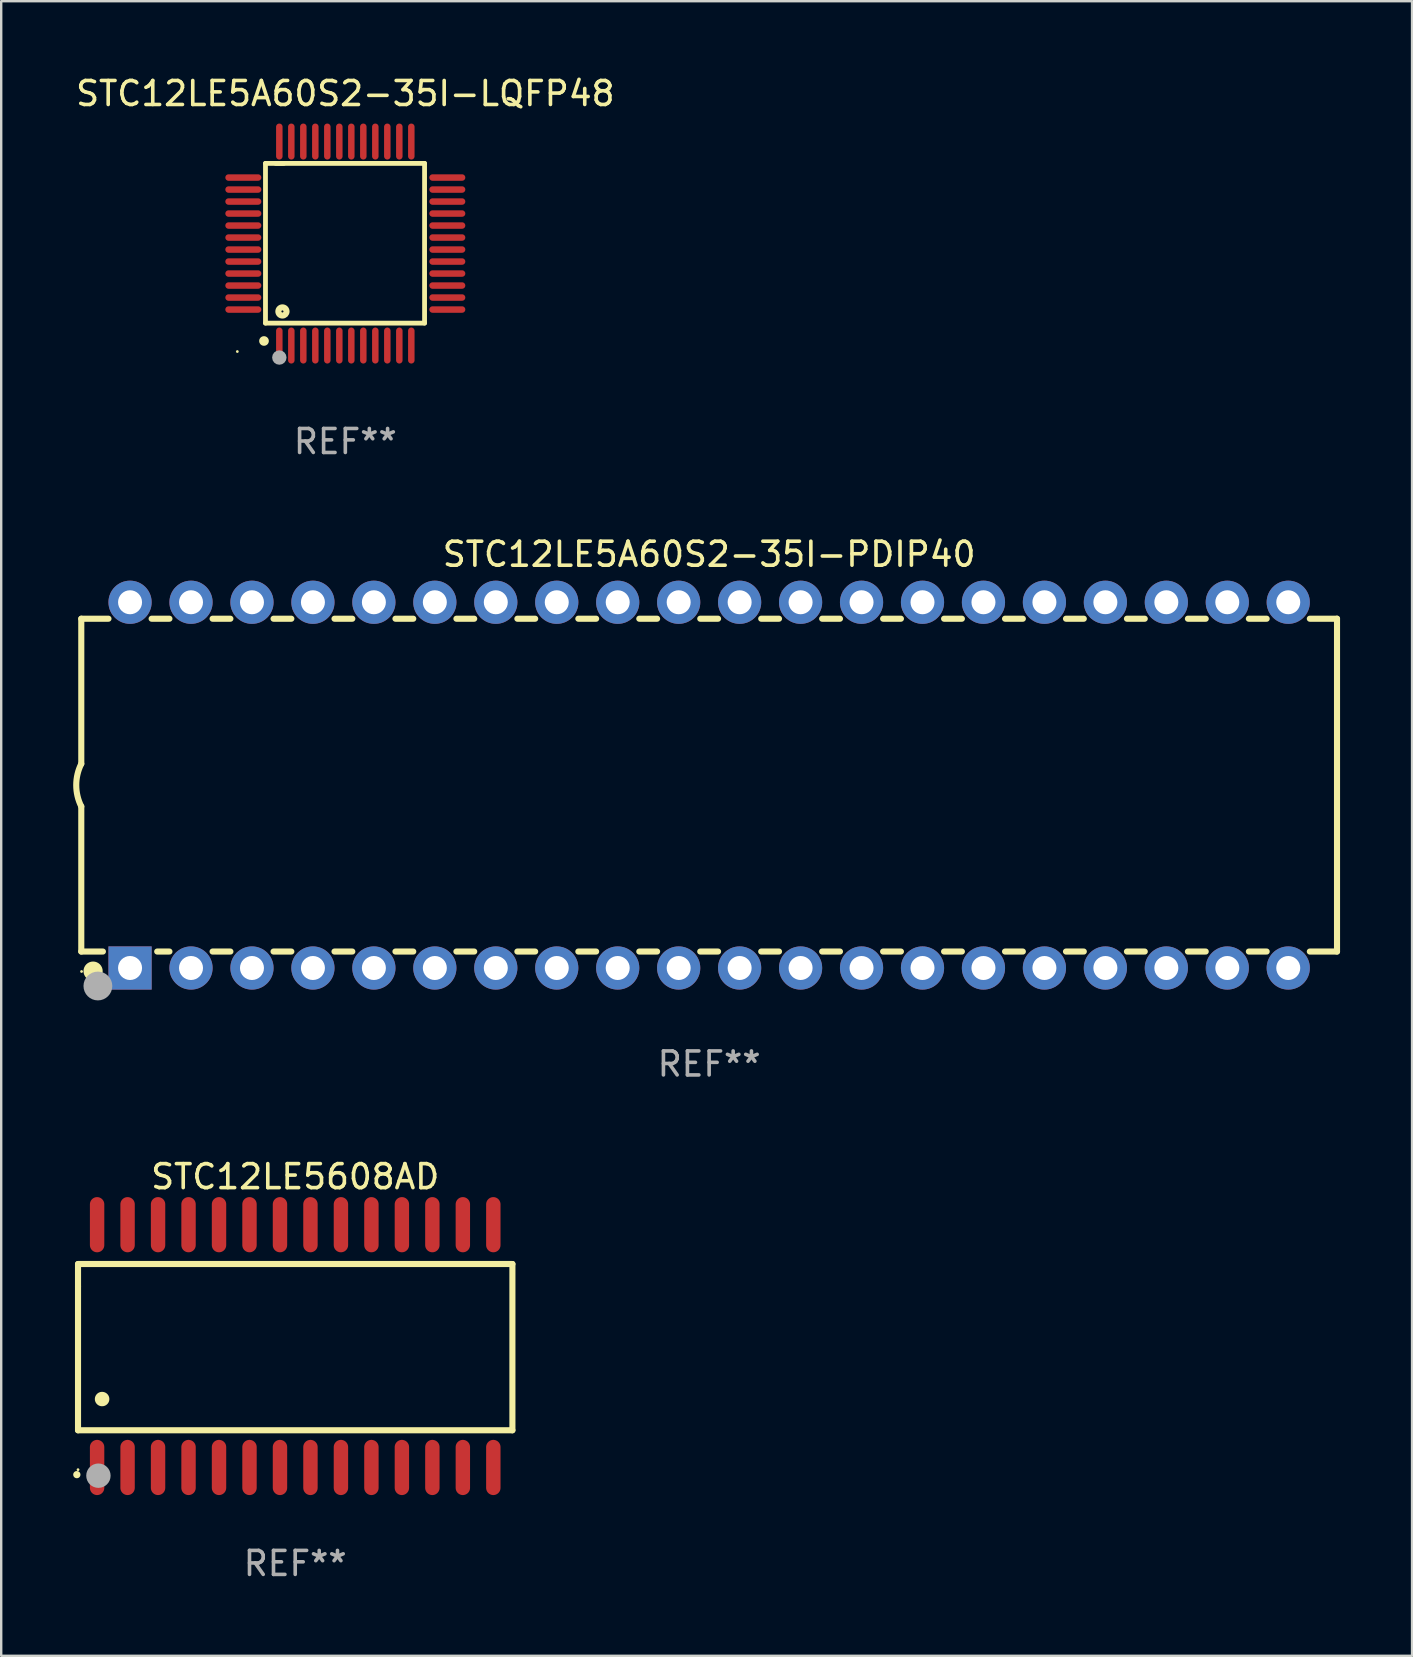
<source format=kicad_pcb>
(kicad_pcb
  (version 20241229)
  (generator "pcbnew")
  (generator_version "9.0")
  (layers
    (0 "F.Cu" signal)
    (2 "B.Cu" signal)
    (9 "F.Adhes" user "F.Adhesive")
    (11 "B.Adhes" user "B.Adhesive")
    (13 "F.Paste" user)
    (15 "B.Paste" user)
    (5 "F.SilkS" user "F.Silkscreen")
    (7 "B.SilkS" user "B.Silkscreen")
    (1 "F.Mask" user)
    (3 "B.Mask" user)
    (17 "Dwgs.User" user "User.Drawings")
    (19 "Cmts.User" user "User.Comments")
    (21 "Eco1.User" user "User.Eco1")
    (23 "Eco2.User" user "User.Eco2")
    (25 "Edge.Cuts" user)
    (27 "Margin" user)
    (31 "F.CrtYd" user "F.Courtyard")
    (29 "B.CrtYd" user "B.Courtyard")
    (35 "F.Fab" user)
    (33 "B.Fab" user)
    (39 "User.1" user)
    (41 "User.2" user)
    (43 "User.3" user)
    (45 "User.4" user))
  (footprint "STC12LE5A60S2-35I-PDIP40"
    (layer "F.Cu")
    (at 26.499 29.665)
    (property "Reference" "STC12LE5A60S2-35I-PDIP40" (at 0 -9.62 0) (layer "F.SilkS") (effects (font (size 1 1) (thickness 0.15))))
    (attr through_hole)
    (fp_line (start -26.162 -6.934) (end -26.162 -0.889) (stroke (width 0.254) (type solid)) (layer "F.SilkS"))
    (fp_line (start -26.162 -6.934) (end -25.029 -6.934) (stroke (width 0.254) (type solid)) (layer "F.SilkS"))
    (fp_line (start -26.162 6.934) (end -26.162 0.889) (stroke (width 0.254) (type solid)) (layer "F.SilkS"))
    (fp_line (start -26.162 6.934) (end -25.261 6.934) (stroke (width 0.254) (type solid)) (layer "F.SilkS"))
    (fp_line (start -23.231 -6.934) (end -22.489 -6.934) (stroke (width 0.254) (type solid)) (layer "F.SilkS"))
    (fp_line (start -22.999 6.934) (end -22.489 6.934) (stroke (width 0.254) (type solid)) (layer "F.SilkS"))
    (fp_line (start -20.691 -6.934) (end -19.949 -6.934) (stroke (width 0.254) (type solid)) (layer "F.SilkS"))
    (fp_line (start -20.691 6.934) (end -19.949 6.934) (stroke (width 0.254) (type solid)) (layer "F.SilkS"))
    (fp_line (start -18.151 -6.934) (end -17.409 -6.934) (stroke (width 0.254) (type solid)) (layer "F.SilkS"))
    (fp_line (start -18.151 6.934) (end -17.409 6.934) (stroke (width 0.254) (type solid)) (layer "F.SilkS"))
    (fp_line (start -15.611 -6.934) (end -14.869 -6.934) (stroke (width 0.254) (type solid)) (layer "F.SilkS"))
    (fp_line (start -15.611 6.934) (end -14.869 6.934) (stroke (width 0.254) (type solid)) (layer "F.SilkS"))
    (fp_line (start -13.071 -6.934) (end -12.329 -6.934) (stroke (width 0.254) (type solid)) (layer "F.SilkS"))
    (fp_line (start -13.071 6.934) (end -12.329 6.934) (stroke (width 0.254) (type solid)) (layer "F.SilkS"))
    (fp_line (start -10.531 -6.934) (end -9.789 -6.934) (stroke (width 0.254) (type solid)) (layer "F.SilkS"))
    (fp_line (start -10.531 6.934) (end -9.789 6.934) (stroke (width 0.254) (type solid)) (layer "F.SilkS"))
    (fp_line (start -7.991 -6.934) (end -7.249 -6.934) (stroke (width 0.254) (type solid)) (layer "F.SilkS"))
    (fp_line (start -7.991 6.934) (end -7.249 6.934) (stroke (width 0.254) (type solid)) (layer "F.SilkS"))
    (fp_line (start -5.451 -6.934) (end -4.709 -6.934) (stroke (width 0.254) (type solid)) (layer "F.SilkS"))
    (fp_line (start -5.451 6.934) (end -4.709 6.934) (stroke (width 0.254) (type solid)) (layer "F.SilkS"))
    (fp_line (start -2.911 -6.934) (end -2.169 -6.934) (stroke (width 0.254) (type solid)) (layer "F.SilkS"))
    (fp_line (start -2.911 6.934) (end -2.169 6.934) (stroke (width 0.254) (type solid)) (layer "F.SilkS"))
    (fp_line (start -0.371 -6.934) (end 0.371 -6.934) (stroke (width 0.254) (type solid)) (layer "F.SilkS"))
    (fp_line (start -0.371 6.934) (end 0.371 6.934) (stroke (width 0.254) (type solid)) (layer "F.SilkS"))
    (fp_line (start 2.169 -6.934) (end 2.911 -6.934) (stroke (width 0.254) (type solid)) (layer "F.SilkS"))
    (fp_line (start 2.169 6.934) (end 2.911 6.934) (stroke (width 0.254) (type solid)) (layer "F.SilkS"))
    (fp_line (start 4.709 -6.934) (end 5.451 -6.934) (stroke (width 0.254) (type solid)) (layer "F.SilkS"))
    (fp_line (start 4.709 6.934) (end 5.451 6.934) (stroke (width 0.254) (type solid)) (layer "F.SilkS"))
    (fp_line (start 7.249 -6.934) (end 7.991 -6.934) (stroke (width 0.254) (type solid)) (layer "F.SilkS"))
    (fp_line (start 7.249 6.934) (end 7.991 6.934) (stroke (width 0.254) (type solid)) (layer "F.SilkS"))
    (fp_line (start 9.789 -6.934) (end 10.531 -6.934) (stroke (width 0.254) (type solid)) (layer "F.SilkS"))
    (fp_line (start 9.789 6.934) (end 10.531 6.934) (stroke (width 0.254) (type solid)) (layer "F.SilkS"))
    (fp_line (start 12.329 -6.934) (end 13.071 -6.934) (stroke (width 0.254) (type solid)) (layer "F.SilkS"))
    (fp_line (start 12.329 6.934) (end 13.071 6.934) (stroke (width 0.254) (type solid)) (layer "F.SilkS"))
    (fp_line (start 14.869 -6.934) (end 15.611 -6.934) (stroke (width 0.254) (type solid)) (layer "F.SilkS"))
    (fp_line (start 14.869 6.934) (end 15.611 6.934) (stroke (width 0.254) (type solid)) (layer "F.SilkS"))
    (fp_line (start 17.409 -6.934) (end 18.151 -6.934) (stroke (width 0.254) (type solid)) (layer "F.SilkS"))
    (fp_line (start 17.409 6.934) (end 18.151 6.934) (stroke (width 0.254) (type solid)) (layer "F.SilkS"))
    (fp_line (start 19.949 -6.934) (end 20.691 -6.934) (stroke (width 0.254) (type solid)) (layer "F.SilkS"))
    (fp_line (start 19.949 6.934) (end 20.691 6.934) (stroke (width 0.254) (type solid)) (layer "F.SilkS"))
    (fp_line (start 22.489 -6.934) (end 23.231 -6.934) (stroke (width 0.254) (type solid)) (layer "F.SilkS"))
    (fp_line (start 22.489 6.934) (end 23.231 6.934) (stroke (width 0.254) (type solid)) (layer "F.SilkS"))
    (fp_line (start 25.029 -6.934) (end 26.162 -6.934) (stroke (width 0.254) (type solid)) (layer "F.SilkS"))
    (fp_line (start 25.029 6.934) (end 26.162 6.934) (stroke (width 0.254) (type solid)) (layer "F.SilkS"))
    (fp_line (start 26.162 -6.934) (end 26.162 6.934) (stroke (width 0.254) (type solid)) (layer "F.SilkS"))
    (fp_arc (start -26.162052 0.889001) (mid -26.371917 0) (end -26.162052 -0.889002) (stroke (width 0.254001) (type solid)) (layer "F.SilkS"))
    (fp_circle (center -26.15 7.765) (end -26.12 7.765) (stroke (width 0.06) (type solid)) (fill no) (layer "F.SilkS"))
    (fp_circle (center -25.67 7.75) (end -25.47 7.75) (stroke (width 0.4) (type solid)) (fill no) (layer "F.SilkS"))
    (fp_circle (center -25.47 8.37) (end -25.17 8.37) (stroke (width 0.6) (type solid)) (fill no) (layer "F.Fab"))
    (fp_text user "REF**" (at 0 11.62 0) (layer "F.Fab") (effects (font (size 1 1) (thickness 0.15))))
    (pad "1" thru_hole rect (at -24.13 7.62) (size 1.8 1.8) (drill 1) (layers "*.Cu" "*.Mask"))
    (pad "2" thru_hole circle (at -21.59 7.62) (size 1.8 1.8) (drill 1) (layers "*.Cu" "*.Mask"))
    (pad "3" thru_hole circle (at -19.05 7.62) (size 1.8 1.8) (drill 1) (layers "*.Cu" "*.Mask"))
    (pad "4" thru_hole circle (at -16.51 7.62) (size 1.8 1.8) (drill 1) (layers "*.Cu" "*.Mask"))
    (pad "5" thru_hole circle (at -13.97 7.62) (size 1.8 1.8) (drill 1) (layers "*.Cu" "*.Mask"))
    (pad "6" thru_hole circle (at -11.43 7.62) (size 1.8 1.8) (drill 1) (layers "*.Cu" "*.Mask"))
    (pad "7" thru_hole circle (at -8.89 7.62) (size 1.8 1.8) (drill 1) (layers "*.Cu" "*.Mask"))
    (pad "8" thru_hole circle (at -6.35 7.62) (size 1.8 1.8) (drill 1) (layers "*.Cu" "*.Mask"))
    (pad "9" thru_hole circle (at -3.81 7.62) (size 1.8 1.8) (drill 1) (layers "*.Cu" "*.Mask"))
    (pad "10" thru_hole circle (at -1.27 7.62) (size 1.8 1.8) (drill 1) (layers "*.Cu" "*.Mask"))
    (pad "11" thru_hole circle (at 1.27 7.62) (size 1.8 1.8) (drill 1) (layers "*.Cu" "*.Mask"))
    (pad "12" thru_hole circle (at 3.81 7.62) (size 1.8 1.8) (drill 1) (layers "*.Cu" "*.Mask"))
    (pad "13" thru_hole circle (at 6.35 7.62) (size 1.8 1.8) (drill 1) (layers "*.Cu" "*.Mask"))
    (pad "14" thru_hole circle (at 8.89 7.62) (size 1.8 1.8) (drill 1) (layers "*.Cu" "*.Mask"))
    (pad "15" thru_hole circle (at 11.43 7.62) (size 1.8 1.8) (drill 1) (layers "*.Cu" "*.Mask"))
    (pad "16" thru_hole circle (at 13.97 7.62) (size 1.8 1.8) (drill 1) (layers "*.Cu" "*.Mask"))
    (pad "17" thru_hole circle (at 16.51 7.62) (size 1.8 1.8) (drill 1) (layers "*.Cu" "*.Mask"))
    (pad "18" thru_hole circle (at 19.05 7.62) (size 1.8 1.8) (drill 1) (layers "*.Cu" "*.Mask"))
    (pad "19" thru_hole circle (at 21.59 7.62) (size 1.8 1.8) (drill 1) (layers "*.Cu" "*.Mask"))
    (pad "20" thru_hole circle (at 24.13 7.62) (size 1.8 1.8) (drill 1) (layers "*.Cu" "*.Mask"))
    (pad "21" thru_hole circle (at 24.13 -7.62) (size 1.8 1.8) (drill 1) (layers "*.Cu" "*.Mask"))
    (pad "22" thru_hole circle (at 21.59 -7.62) (size 1.8 1.8) (drill 1) (layers "*.Cu" "*.Mask"))
    (pad "23" thru_hole circle (at 19.05 -7.62) (size 1.8 1.8) (drill 1) (layers "*.Cu" "*.Mask"))
    (pad "24" thru_hole circle (at 16.51 -7.62) (size 1.8 1.8) (drill 1) (layers "*.Cu" "*.Mask"))
    (pad "25" thru_hole circle (at 13.97 -7.62) (size 1.8 1.8) (drill 1) (layers "*.Cu" "*.Mask"))
    (pad "26" thru_hole circle (at 11.43 -7.62) (size 1.8 1.8) (drill 1) (layers "*.Cu" "*.Mask"))
    (pad "27" thru_hole circle (at 8.89 -7.62) (size 1.8 1.8) (drill 1) (layers "*.Cu" "*.Mask"))
    (pad "28" thru_hole circle (at 6.35 -7.62) (size 1.8 1.8) (drill 1) (layers "*.Cu" "*.Mask"))
    (pad "29" thru_hole circle (at 3.81 -7.62) (size 1.8 1.8) (drill 1) (layers "*.Cu" "*.Mask"))
    (pad "30" thru_hole circle (at 1.27 -7.62) (size 1.8 1.8) (drill 1) (layers "*.Cu" "*.Mask"))
    (pad "31" thru_hole circle (at -1.27 -7.62) (size 1.8 1.8) (drill 1) (layers "*.Cu" "*.Mask"))
    (pad "32" thru_hole circle (at -3.81 -7.62) (size 1.8 1.8) (drill 1) (layers "*.Cu" "*.Mask"))
    (pad "33" thru_hole circle (at -6.35 -7.62) (size 1.8 1.8) (drill 1) (layers "*.Cu" "*.Mask"))
    (pad "34" thru_hole circle (at -8.89 -7.62) (size 1.8 1.8) (drill 1) (layers "*.Cu" "*.Mask"))
    (pad "35" thru_hole circle (at -11.43 -7.62) (size 1.8 1.8) (drill 1) (layers "*.Cu" "*.Mask"))
    (pad "36" thru_hole circle (at -13.97 -7.62) (size 1.8 1.8) (drill 1) (layers "*.Cu" "*.Mask"))
    (pad "37" thru_hole circle (at -16.51 -7.62) (size 1.8 1.8) (drill 1) (layers "*.Cu" "*.Mask"))
    (pad "38" thru_hole circle (at -19.05 -7.62) (size 1.8 1.8) (drill 1) (layers "*.Cu" "*.Mask"))
    (pad "39" thru_hole circle (at -21.59 -7.62) (size 1.8 1.8) (drill 1) (layers "*.Cu" "*.Mask"))
    (pad "40" thru_hole circle (at -24.13 -7.62) (size 1.8 1.8) (drill 1) (layers "*.Cu" "*.Mask")))
  (footprint "STC12LE5608AD"
    (layer "F.Cu")
    (at 9.251 53.039)
    (property "Reference" "STC12LE5608AD" (at 0 -7.058 0) (layer "F.SilkS") (effects (font (size 1 1) (thickness 0.15))))
    (attr through_hole)
    (fp_line (start -9.05 -3.42) (end 9.05 -3.42) (stroke (width 0.254) (type solid)) (layer "F.SilkS"))
    (fp_line (start -9.05 -2.492) (end -9.05 -3.42) (stroke (width 0.254) (type solid)) (layer "F.SilkS"))
    (fp_line (start -9.05 3.508) (end -9.05 -2.492) (stroke (width 0.254) (type solid)) (layer "F.SilkS"))
    (fp_line (start 9.05 -3.42) (end 9.05 3.508) (stroke (width 0.254) (type solid)) (layer "F.SilkS"))
    (fp_line (start 9.05 3.508) (end -9.05 3.508) (stroke (width 0.254) (type solid)) (layer "F.SilkS"))
    (fp_arc (start -9.100838 5.35649) (mid -9.099568 5.356485) (end -9.098298 5.35649) (stroke (width 0.3) (type solid)) (layer "F.SilkS"))
    (fp_arc (start -8.049276 2.206883) (mid -8.046736 2.206872) (end -8.044196 2.206883) (stroke (width 0.6) (type solid)) (layer "F.SilkS"))
    (fp_circle (center -9.05 5.15) (end -9.02 5.15) (stroke (width 0.06) (type solid)) (fill no) (layer "F.SilkS"))
    (fp_circle (center -8.2 5.4) (end -7.946 5.4) (stroke (width 0.508) (type solid)) (fill no) (layer "F.Fab"))
    (fp_text user "REF**" (at 0 9.058 0) (layer "F.Fab") (effects (font (size 1 1) (thickness 0.15))))
    (pad "1" smd oval (at -8.255 5.058 180) (size 0.6 2.3) (layers "F.Cu" "F.Mask" "F.Paste"))
    (pad "2" smd oval (at -6.985 5.058 180) (size 0.6 2.3) (layers "F.Cu" "F.Mask" "F.Paste"))
    (pad "3" smd oval (at -5.715 5.058 180) (size 0.6 2.3) (layers "F.Cu" "F.Mask" "F.Paste"))
    (pad "4" smd oval (at -4.445 5.058 180) (size 0.6 2.3) (layers "F.Cu" "F.Mask" "F.Paste"))
    (pad "5" smd oval (at -3.175 5.058 180) (size 0.6 2.3) (layers "F.Cu" "F.Mask" "F.Paste"))
    (pad "6" smd oval (at -1.905 5.058 180) (size 0.6 2.3) (layers "F.Cu" "F.Mask" "F.Paste"))
    (pad "7" smd oval (at -0.635 5.058 180) (size 0.6 2.3) (layers "F.Cu" "F.Mask" "F.Paste"))
    (pad "8" smd oval (at 0.635 5.058 180) (size 0.6 2.3) (layers "F.Cu" "F.Mask" "F.Paste"))
    (pad "9" smd oval (at 1.905 5.058 180) (size 0.6 2.3) (layers "F.Cu" "F.Mask" "F.Paste"))
    (pad "10" smd oval (at 3.175 5.058 180) (size 0.6 2.3) (layers "F.Cu" "F.Mask" "F.Paste"))
    (pad "11" smd oval (at 4.445 5.058 180) (size 0.6 2.3) (layers "F.Cu" "F.Mask" "F.Paste"))
    (pad "12" smd oval (at 5.715 5.058 180) (size 0.6 2.3) (layers "F.Cu" "F.Mask" "F.Paste"))
    (pad "13" smd oval (at 6.985 5.058 180) (size 0.6 2.3) (layers "F.Cu" "F.Mask" "F.Paste"))
    (pad "14" smd oval (at 8.255 5.058 180) (size 0.6 2.3) (layers "F.Cu" "F.Mask" "F.Paste"))
    (pad "15" smd oval (at 8.255 -5.058 180) (size 0.6 2.3) (layers "F.Cu" "F.Mask" "F.Paste"))
    (pad "16" smd oval (at 6.985 -5.058 180) (size 0.6 2.3) (layers "F.Cu" "F.Mask" "F.Paste"))
    (pad "17" smd oval (at 5.715 -5.058 180) (size 0.6 2.3) (layers "F.Cu" "F.Mask" "F.Paste"))
    (pad "18" smd oval (at 4.445 -5.058 180) (size 0.6 2.3) (layers "F.Cu" "F.Mask" "F.Paste"))
    (pad "19" smd oval (at 3.175 -5.058 180) (size 0.6 2.3) (layers "F.Cu" "F.Mask" "F.Paste"))
    (pad "20" smd oval (at 1.905 -5.058 180) (size 0.6 2.3) (layers "F.Cu" "F.Mask" "F.Paste"))
    (pad "21" smd oval (at 0.635 -5.058 180) (size 0.6 2.3) (layers "F.Cu" "F.Mask" "F.Paste"))
    (pad "22" smd oval (at -0.635 -5.058 180) (size 0.6 2.3) (layers "F.Cu" "F.Mask" "F.Paste"))
    (pad "23" smd oval (at -1.905 -5.058 180) (size 0.6 2.3) (layers "F.Cu" "F.Mask" "F.Paste"))
    (pad "24" smd oval (at -3.175 -5.058 180) (size 0.6 2.3) (layers "F.Cu" "F.Mask" "F.Paste"))
    (pad "25" smd oval (at -4.445 -5.058 180) (size 0.6 2.3) (layers "F.Cu" "F.Mask" "F.Paste"))
    (pad "26" smd oval (at -5.715 -5.058 180) (size 0.6 2.3) (layers "F.Cu" "F.Mask" "F.Paste"))
    (pad "27" smd oval (at -6.985 -5.058 180) (size 0.6 2.3) (layers "F.Cu" "F.Mask" "F.Paste"))
    (pad "28" smd oval (at -8.255 -5.058 180) (size 0.6 2.3) (layers "F.Cu" "F.Mask" "F.Paste")))
  (footprint "STC12LE5A60S2-35I-LQFP48"
    (layer "F.Cu")
    (at 11.339 7.098)
    (property "Reference" "STC12LE5A60S2-35I-LQFP48" (at 0 -6.25 0) (layer "F.SilkS") (effects (font (size 1 1) (thickness 0.15))))
    (attr through_hole)
    (fp_line (start -3.327 -3.34) (end -2.565 -3.34) (stroke (width 0.2) (type solid)) (layer "F.SilkS"))
    (fp_line (start -3.327 3.315) (end -3.327 -3.34) (stroke (width 0.2) (type solid)) (layer "F.SilkS"))
    (fp_line (start -2.896 -3.34) (end 3.302 -3.34) (stroke (width 0.2) (type solid)) (layer "F.SilkS"))
    (fp_line (start 3.302 -3.34) (end 3.302 3.315) (stroke (width 0.2) (type solid)) (layer "F.SilkS"))
    (fp_line (start 3.302 3.315) (end -3.327 3.315) (stroke (width 0.2) (type solid)) (layer "F.SilkS"))
    (fp_arc (start -3.389992 4.059995) (mid -3.388722 4.059991) (end -3.387452 4.059995) (stroke (width 0.4) (type solid)) (layer "F.SilkS"))
    (fp_circle (center -4.5 4.5) (end -4.47 4.5) (stroke (width 0.06) (type solid)) (fill no) (layer "F.SilkS"))
    (fp_circle (center -2.62 2.83) (end -2.45 2.83) (stroke (width 0.254) (type solid)) (fill no) (layer "F.SilkS"))
    (fp_circle (center -2.75 4.75) (end -2.6 4.75) (stroke (width 0.3) (type solid)) (fill no) (layer "F.Fab"))
    (fp_text user "REF**" (at 0 8.25 0) (layer "F.Fab") (effects (font (size 1 1) (thickness 0.15))))
    (pad "1" smd oval (at -2.75 4.25) (size 0.27 1.5) (layers "F.Cu" "F.Mask" "F.Paste"))
    (pad "2" smd oval (at -2.25 4.25) (size 0.27 1.5) (layers "F.Cu" "F.Mask" "F.Paste"))
    (pad "3" smd oval (at -1.75 4.25) (size 0.27 1.5) (layers "F.Cu" "F.Mask" "F.Paste"))
    (pad "4" smd oval (at -1.25 4.25) (size 0.27 1.5) (layers "F.Cu" "F.Mask" "F.Paste"))
    (pad "5" smd oval (at -0.75 4.25) (size 0.27 1.5) (layers "F.Cu" "F.Mask" "F.Paste"))
    (pad "6" smd oval (at -0.25 4.25) (size 0.27 1.5) (layers "F.Cu" "F.Mask" "F.Paste"))
    (pad "7" smd oval (at 0.25 4.25) (size 0.27 1.5) (layers "F.Cu" "F.Mask" "F.Paste"))
    (pad "8" smd oval (at 0.75 4.25) (size 0.27 1.5) (layers "F.Cu" "F.Mask" "F.Paste"))
    (pad "9" smd oval (at 1.25 4.25) (size 0.27 1.5) (layers "F.Cu" "F.Mask" "F.Paste"))
    (pad "10" smd oval (at 1.75 4.25) (size 0.27 1.5) (layers "F.Cu" "F.Mask" "F.Paste"))
    (pad "11" smd oval (at 2.25 4.25) (size 0.27 1.5) (layers "F.Cu" "F.Mask" "F.Paste"))
    (pad "12" smd oval (at 2.75 4.25) (size 0.27 1.5) (layers "F.Cu" "F.Mask" "F.Paste"))
    (pad "13" smd oval (at 4.25 2.75) (size 1.5 0.27) (layers "F.Cu" "F.Mask" "F.Paste"))
    (pad "14" smd oval (at 4.25 2.25) (size 1.5 0.27) (layers "F.Cu" "F.Mask" "F.Paste"))
    (pad "15" smd oval (at 4.25 1.75) (size 1.5 0.27) (layers "F.Cu" "F.Mask" "F.Paste"))
    (pad "16" smd oval (at 4.25 1.25) (size 1.5 0.27) (layers "F.Cu" "F.Mask" "F.Paste"))
    (pad "17" smd oval (at 4.25 0.75) (size 1.5 0.27) (layers "F.Cu" "F.Mask" "F.Paste"))
    (pad "18" smd oval (at 4.25 0.25) (size 1.5 0.27) (layers "F.Cu" "F.Mask" "F.Paste"))
    (pad "19" smd oval (at 4.25 -0.25) (size 1.5 0.27) (layers "F.Cu" "F.Mask" "F.Paste"))
    (pad "20" smd oval (at 4.25 -0.75) (size 1.5 0.27) (layers "F.Cu" "F.Mask" "F.Paste"))
    (pad "21" smd oval (at 4.25 -1.25) (size 1.5 0.27) (layers "F.Cu" "F.Mask" "F.Paste"))
    (pad "22" smd oval (at 4.25 -1.75) (size 1.5 0.27) (layers "F.Cu" "F.Mask" "F.Paste"))
    (pad "23" smd oval (at 4.25 -2.25) (size 1.5 0.27) (layers "F.Cu" "F.Mask" "F.Paste"))
    (pad "24" smd oval (at 4.25 -2.75) (size 1.5 0.27) (layers "F.Cu" "F.Mask" "F.Paste"))
    (pad "25" smd oval (at 2.75 -4.25) (size 0.27 1.5) (layers "F.Cu" "F.Mask" "F.Paste"))
    (pad "26" smd oval (at 2.25 -4.25) (size 0.27 1.5) (layers "F.Cu" "F.Mask" "F.Paste"))
    (pad "27" smd oval (at 1.75 -4.25) (size 0.27 1.5) (layers "F.Cu" "F.Mask" "F.Paste"))
    (pad "28" smd oval (at 1.25 -4.25) (size 0.27 1.5) (layers "F.Cu" "F.Mask" "F.Paste"))
    (pad "29" smd oval (at 0.75 -4.25) (size 0.27 1.5) (layers "F.Cu" "F.Mask" "F.Paste"))
    (pad "30" smd oval (at 0.25 -4.25) (size 0.27 1.5) (layers "F.Cu" "F.Mask" "F.Paste"))
    (pad "31" smd oval (at -0.25 -4.25) (size 0.27 1.5) (layers "F.Cu" "F.Mask" "F.Paste"))
    (pad "32" smd oval (at -0.75 -4.25) (size 0.27 1.5) (layers "F.Cu" "F.Mask" "F.Paste"))
    (pad "33" smd oval (at -1.25 -4.25) (size 0.27 1.5) (layers "F.Cu" "F.Mask" "F.Paste"))
    (pad "34" smd oval (at -1.75 -4.25) (size 0.27 1.5) (layers "F.Cu" "F.Mask" "F.Paste"))
    (pad "35" smd oval (at -2.25 -4.25) (size 0.27 1.5) (layers "F.Cu" "F.Mask" "F.Paste"))
    (pad "36" smd oval (at -2.75 -4.25) (size 0.27 1.5) (layers "F.Cu" "F.Mask" "F.Paste"))
    (pad "37" smd oval (at -4.25 -2.75) (size 1.5 0.27) (layers "F.Cu" "F.Mask" "F.Paste"))
    (pad "38" smd oval (at -4.25 -2.25) (size 1.5 0.27) (layers "F.Cu" "F.Mask" "F.Paste"))
    (pad "39" smd oval (at -4.25 -1.75) (size 1.5 0.27) (layers "F.Cu" "F.Mask" "F.Paste"))
    (pad "40" smd oval (at -4.25 -1.25) (size 1.5 0.27) (layers "F.Cu" "F.Mask" "F.Paste"))
    (pad "41" smd oval (at -4.25 -0.75) (size 1.5 0.27) (layers "F.Cu" "F.Mask" "F.Paste"))
    (pad "42" smd oval (at -4.25 -0.25) (size 1.5 0.27) (layers "F.Cu" "F.Mask" "F.Paste"))
    (pad "43" smd oval (at -4.25 0.25) (size 1.5 0.27) (layers "F.Cu" "F.Mask" "F.Paste"))
    (pad "44" smd oval (at -4.25 0.75) (size 1.5 0.27) (layers "F.Cu" "F.Mask" "F.Paste"))
    (pad "45" smd oval (at -4.25 1.25) (size 1.5 0.27) (layers "F.Cu" "F.Mask" "F.Paste"))
    (pad "46" smd oval (at -4.25 1.75) (size 1.5 0.27) (layers "F.Cu" "F.Mask" "F.Paste"))
    (pad "47" smd oval (at -4.25 2.25) (size 1.5 0.27) (layers "F.Cu" "F.Mask" "F.Paste"))
    (pad "48" smd oval (at -4.25 2.75) (size 1.5 0.27) (layers "F.Cu" "F.Mask" "F.Paste")))
  (gr_rect
    (start -3 -3)
    (end 55.788 65.944)
    (stroke (width 0.1) (type default))
    (fill no)
    (layer "Edge.Cuts")))
</source>
